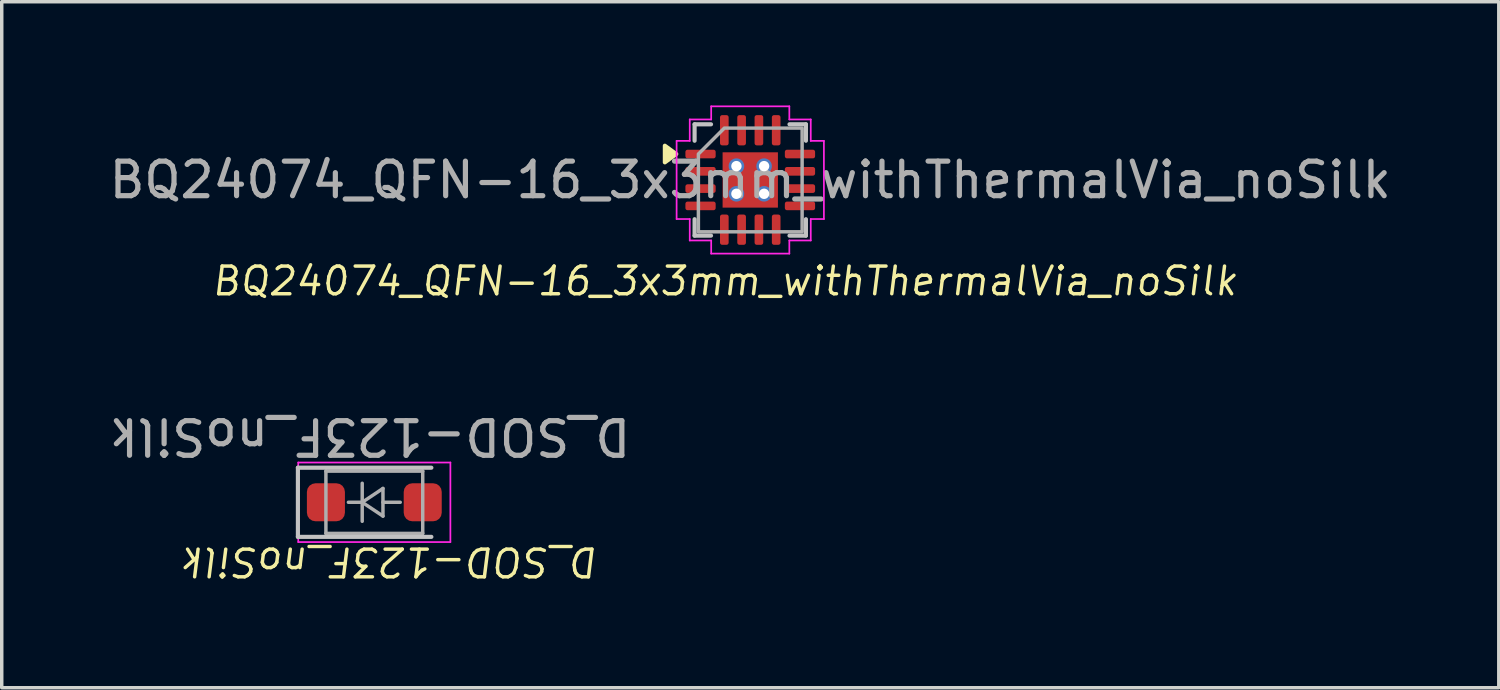
<source format=kicad_pcb>
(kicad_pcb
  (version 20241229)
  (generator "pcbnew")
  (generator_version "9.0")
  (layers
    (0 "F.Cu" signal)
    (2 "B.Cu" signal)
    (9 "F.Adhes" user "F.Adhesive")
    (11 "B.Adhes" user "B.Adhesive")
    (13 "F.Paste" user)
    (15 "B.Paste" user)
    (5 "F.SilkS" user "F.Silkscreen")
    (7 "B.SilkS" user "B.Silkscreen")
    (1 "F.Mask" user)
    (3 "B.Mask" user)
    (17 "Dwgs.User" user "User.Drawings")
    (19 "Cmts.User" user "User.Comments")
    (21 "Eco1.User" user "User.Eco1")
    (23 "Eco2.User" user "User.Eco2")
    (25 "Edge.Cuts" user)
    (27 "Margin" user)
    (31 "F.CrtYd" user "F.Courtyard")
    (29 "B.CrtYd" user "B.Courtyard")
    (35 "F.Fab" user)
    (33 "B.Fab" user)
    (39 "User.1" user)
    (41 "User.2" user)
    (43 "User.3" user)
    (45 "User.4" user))
  (footprint "D_SOD-123F_noSilk"
    (layer "F.Cu")
    (at 7.776 11.477)
    (property "Reference" "D_SOD-123F_noSilk" (at 0.46 1.72 180) (unlocked yes) (layer "F.SilkS") (effects (font (size 0.8 0.8) (thickness 0.1) (italic yes))))
    (attr smd)
    (fp_line (start -2.21 -1) (end -2.21 1) (stroke (width 0.12) (type solid)) (layer "Dwgs.User"))
    (fp_line (start -2.21 -1) (end 1.65 -1) (stroke (width 0.12) (type solid)) (layer "Dwgs.User"))
    (fp_line (start -2.21 1) (end 1.65 1) (stroke (width 0.12) (type solid)) (layer "Dwgs.User"))
    (fp_line (start -2.2 -1.15) (end -2.2 1.15) (stroke (width 0.05) (type solid)) (layer "F.CrtYd"))
    (fp_line (start -2.2 -1.15) (end 2.2 -1.15) (stroke (width 0.05) (type solid)) (layer "F.CrtYd"))
    (fp_line (start 2.2 -1.15) (end 2.2 1.15) (stroke (width 0.05) (type solid)) (layer "F.CrtYd"))
    (fp_line (start 2.2 1.15) (end -2.2 1.15) (stroke (width 0.05) (type solid)) (layer "F.CrtYd"))
    (fp_line (start -1.4 -0.9) (end 1.4 -0.9) (stroke (width 0.1) (type solid)) (layer "F.Fab"))
    (fp_line (start -1.4 0.9) (end -1.4 -0.9) (stroke (width 0.1) (type solid)) (layer "F.Fab"))
    (fp_line (start -0.75 0) (end -0.35 0) (stroke (width 0.1) (type solid)) (layer "F.Fab"))
    (fp_line (start -0.35 0) (end -0.35 -0.55) (stroke (width 0.1) (type solid)) (layer "F.Fab"))
    (fp_line (start -0.35 0) (end -0.35 0.55) (stroke (width 0.1) (type solid)) (layer "F.Fab"))
    (fp_line (start -0.35 0) (end 0.25 -0.4) (stroke (width 0.1) (type solid)) (layer "F.Fab"))
    (fp_line (start 0.25 -0.4) (end 0.25 0.4) (stroke (width 0.1) (type solid)) (layer "F.Fab"))
    (fp_line (start 0.25 0) (end 0.75 0) (stroke (width 0.1) (type solid)) (layer "F.Fab"))
    (fp_line (start 0.25 0.4) (end -0.35 0) (stroke (width 0.1) (type solid)) (layer "F.Fab"))
    (fp_line (start 1.4 -0.9) (end 1.4 0.9) (stroke (width 0.1) (type solid)) (layer "F.Fab"))
    (fp_line (start 1.4 0.9) (end -1.4 0.9) (stroke (width 0.1) (type solid)) (layer "F.Fab"))
    (fp_text user "${REFERENCE}" (at -0.127 -1.905 180) (unlocked yes) (layer "F.Fab") (effects (font (size 1 1) (thickness 0.15))))
    (pad "1" smd roundrect (at -1.4 0) (size 1.1 1.1) (layers "F.Cu" "F.Mask" "F.Paste") (roundrect_rratio 0.227))
    (pad "2" smd roundrect (at 1.4 0) (size 1.1 1.1) (layers "F.Cu" "F.Mask" "F.Paste") (roundrect_rratio 0.227)))
  (footprint "BQ24074_QFN-16_3x3mm_withThermalVia_noSilk"
    (layer "F.Cu")
    (at 18.649 2.155)
    (property "Reference" "BQ24074_QFN-16_3x3mm_withThermalVia_noSilk" (at -0.74 2.925 0) (unlocked yes) (layer "F.SilkS") (effects (font (size 0.8 0.8) (thickness 0.1) (italic yes))))
    (attr smd)
    (fp_poly (pts (xy -2.14 -0.75) (xy -2.47 -0.51) (xy -2.47 -0.99)) (stroke (width 0.12) (type solid)) (fill yes) (layer "F.SilkS"))
    (fp_line (start -1.61 -1.61) (end -1.135 -1.61) (stroke (width 0.12) (type solid)) (layer "Dwgs.User"))
    (fp_line (start -1.61 -1.135) (end -1.61 -1.61) (stroke (width 0.12) (type solid)) (layer "Dwgs.User"))
    (fp_line (start -1.61 1.61) (end -1.61 1.135) (stroke (width 0.12) (type solid)) (layer "Dwgs.User"))
    (fp_line (start -1.135 1.61) (end -1.61 1.61) (stroke (width 0.12) (type solid)) (layer "Dwgs.User"))
    (fp_line (start 1.135 -1.61) (end 1.61 -1.61) (stroke (width 0.12) (type solid)) (layer "Dwgs.User"))
    (fp_line (start 1.61 -1.61) (end 1.61 -1.135) (stroke (width 0.12) (type solid)) (layer "Dwgs.User"))
    (fp_line (start 1.61 1.135) (end 1.61 1.61) (stroke (width 0.12) (type solid)) (layer "Dwgs.User"))
    (fp_line (start 1.61 1.61) (end 1.135 1.61) (stroke (width 0.12) (type solid)) (layer "Dwgs.User"))
    (fp_line (start -2.13 -1.13) (end -1.75 -1.13) (stroke (width 0.05) (type solid)) (layer "F.CrtYd"))
    (fp_line (start -2.13 1.13) (end -2.13 -1.13) (stroke (width 0.05) (type solid)) (layer "F.CrtYd"))
    (fp_line (start -1.75 -1.75) (end -1.13 -1.75) (stroke (width 0.05) (type solid)) (layer "F.CrtYd"))
    (fp_line (start -1.75 -1.13) (end -1.75 -1.75) (stroke (width 0.05) (type solid)) (layer "F.CrtYd"))
    (fp_line (start -1.75 1.13) (end -2.13 1.13) (stroke (width 0.05) (type solid)) (layer "F.CrtYd"))
    (fp_line (start -1.75 1.75) (end -1.75 1.13) (stroke (width 0.05) (type solid)) (layer "F.CrtYd"))
    (fp_line (start -1.13 -2.13) (end 1.13 -2.13) (stroke (width 0.05) (type solid)) (layer "F.CrtYd"))
    (fp_line (start -1.13 -1.75) (end -1.13 -2.13) (stroke (width 0.05) (type solid)) (layer "F.CrtYd"))
    (fp_line (start -1.13 1.75) (end -1.75 1.75) (stroke (width 0.05) (type solid)) (layer "F.CrtYd"))
    (fp_line (start -1.13 2.13) (end -1.13 1.75) (stroke (width 0.05) (type solid)) (layer "F.CrtYd"))
    (fp_line (start 1.13 -2.13) (end 1.13 -1.75) (stroke (width 0.05) (type solid)) (layer "F.CrtYd"))
    (fp_line (start 1.13 -1.75) (end 1.75 -1.75) (stroke (width 0.05) (type solid)) (layer "F.CrtYd"))
    (fp_line (start 1.13 1.75) (end 1.13 2.13) (stroke (width 0.05) (type solid)) (layer "F.CrtYd"))
    (fp_line (start 1.13 2.13) (end -1.13 2.13) (stroke (width 0.05) (type solid)) (layer "F.CrtYd"))
    (fp_line (start 1.75 -1.75) (end 1.75 -1.13) (stroke (width 0.05) (type solid)) (layer "F.CrtYd"))
    (fp_line (start 1.75 -1.13) (end 2.13 -1.13) (stroke (width 0.05) (type solid)) (layer "F.CrtYd"))
    (fp_line (start 1.75 1.13) (end 1.75 1.75) (stroke (width 0.05) (type solid)) (layer "F.CrtYd"))
    (fp_line (start 1.75 1.75) (end 1.13 1.75) (stroke (width 0.05) (type solid)) (layer "F.CrtYd"))
    (fp_line (start 2.13 -1.13) (end 2.13 1.13) (stroke (width 0.05) (type solid)) (layer "F.CrtYd"))
    (fp_line (start 2.13 1.13) (end 1.75 1.13) (stroke (width 0.05) (type solid)) (layer "F.CrtYd"))
    (fp_poly (pts (xy -1.5 -0.75) (xy -1.5 1.5) (xy 1.5 1.5) (xy 1.5 -1.5) (xy -0.75 -1.5)) (stroke (width 0.1) (type solid)) (fill no) (layer "F.Fab"))
    (fp_text user "${REFERENCE}" (at 0 0 0) (unlocked yes) (layer "F.Fab") (effects (font (size 1 1) (thickness 0.15))))
    (pad "" smd roundrect (at -0.4 -0.4) (size 0.64 0.64) (layers "F.Paste") (roundrect_rratio 0.25))
    (pad "" smd roundrect (at -0.4 0.4) (size 0.64 0.64) (layers "F.Paste") (roundrect_rratio 0.25))
    (pad "" smd roundrect (at 0.4 -0.4) (size 0.64 0.64) (layers "F.Paste") (roundrect_rratio 0.25))
    (pad "" smd roundrect (at 0.4 0.4) (size 0.64 0.64) (layers "F.Paste") (roundrect_rratio 0.25))
    (pad "1" smd roundrect (at -1.438 -0.75) (size 0.875 0.25) (layers "F.Cu" "F.Mask" "F.Paste") (roundrect_rratio 0.25))
    (pad "2" smd roundrect (at -1.438 -0.25) (size 0.875 0.25) (layers "F.Cu" "F.Mask" "F.Paste") (roundrect_rratio 0.25))
    (pad "3" smd roundrect (at -1.438 0.25) (size 0.875 0.25) (layers "F.Cu" "F.Mask" "F.Paste") (roundrect_rratio 0.25))
    (pad "4" smd roundrect (at -1.438 0.75) (size 0.875 0.25) (layers "F.Cu" "F.Mask" "F.Paste") (roundrect_rratio 0.25))
    (pad "5" smd roundrect (at -0.75 1.438) (size 0.25 0.875) (layers "F.Cu" "F.Mask" "F.Paste") (roundrect_rratio 0.25))
    (pad "6" smd roundrect (at -0.25 1.438) (size 0.25 0.875) (layers "F.Cu" "F.Mask" "F.Paste") (roundrect_rratio 0.25))
    (pad "7" smd roundrect (at 0.25 1.438) (size 0.25 0.875) (layers "F.Cu" "F.Mask" "F.Paste") (roundrect_rratio 0.25))
    (pad "8" smd roundrect (at 0.75 1.438) (size 0.25 0.875) (layers "F.Cu" "F.Mask" "F.Paste") (roundrect_rratio 0.25))
    (pad "9" smd roundrect (at 1.438 0.75) (size 0.875 0.25) (layers "F.Cu" "F.Mask" "F.Paste") (roundrect_rratio 0.25))
    (pad "10" smd roundrect (at 1.438 0.25) (size 0.875 0.25) (layers "F.Cu" "F.Mask" "F.Paste") (roundrect_rratio 0.25))
    (pad "11" smd roundrect (at 1.438 -0.25) (size 0.875 0.25) (layers "F.Cu" "F.Mask" "F.Paste") (roundrect_rratio 0.25))
    (pad "12" smd roundrect (at 1.438 -0.75) (size 0.875 0.25) (layers "F.Cu" "F.Mask" "F.Paste") (roundrect_rratio 0.25))
    (pad "13" smd roundrect (at 0.75 -1.438) (size 0.25 0.875) (layers "F.Cu" "F.Mask" "F.Paste") (roundrect_rratio 0.25))
    (pad "14" smd roundrect (at 0.25 -1.438) (size 0.25 0.875) (layers "F.Cu" "F.Mask" "F.Paste") (roundrect_rratio 0.25))
    (pad "15" smd roundrect (at -0.25 -1.438) (size 0.25 0.875) (layers "F.Cu" "F.Mask" "F.Paste") (roundrect_rratio 0.25))
    (pad "16" smd roundrect (at -0.75 -1.438) (size 0.25 0.875) (layers "F.Cu" "F.Mask" "F.Paste") (roundrect_rratio 0.25))
    (pad "17" thru_hole circle (at -0.4 -0.4) (size 0.45 0.45) (drill 0.3) (layers "*.Cu" "*.Mask"))
    (pad "17" thru_hole circle (at -0.4 0.4) (size 0.45 0.45) (drill 0.3) (layers "*.Cu" "*.Mask"))
    (pad "17" smd rect (at 0 0) (size 1.6 1.6) (property pad_prop_heatsink) (layers "F.Cu" "F.Mask"))
    (pad "17" thru_hole circle (at 0.4 -0.4) (size 0.45 0.45) (drill 0.3) (layers "*.Cu" "*.Mask"))
    (pad "17" thru_hole circle (at 0.4 0.4) (size 0.45 0.45) (drill 0.3) (layers "*.Cu" "*.Mask")))
  (gr_rect
    (start -3 -3)
    (end 40.298 16.84)
    (stroke (width 0.1) (type default))
    (fill no)
    (layer "Edge.Cuts")))
</source>
